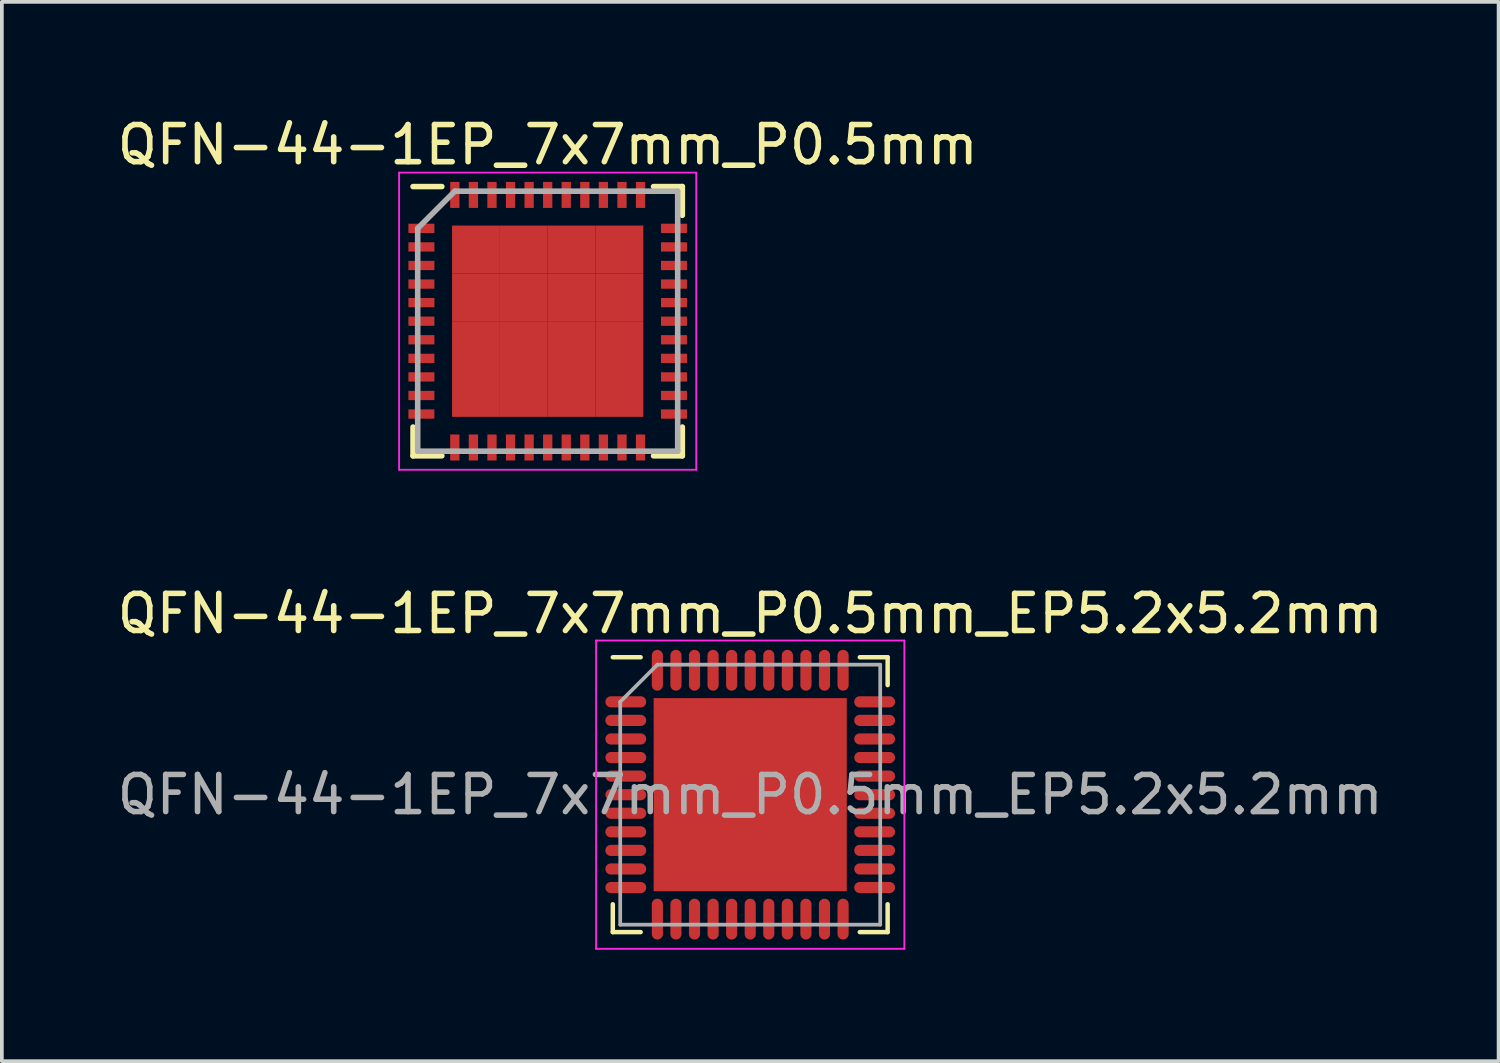
<source format=kicad_pcb>
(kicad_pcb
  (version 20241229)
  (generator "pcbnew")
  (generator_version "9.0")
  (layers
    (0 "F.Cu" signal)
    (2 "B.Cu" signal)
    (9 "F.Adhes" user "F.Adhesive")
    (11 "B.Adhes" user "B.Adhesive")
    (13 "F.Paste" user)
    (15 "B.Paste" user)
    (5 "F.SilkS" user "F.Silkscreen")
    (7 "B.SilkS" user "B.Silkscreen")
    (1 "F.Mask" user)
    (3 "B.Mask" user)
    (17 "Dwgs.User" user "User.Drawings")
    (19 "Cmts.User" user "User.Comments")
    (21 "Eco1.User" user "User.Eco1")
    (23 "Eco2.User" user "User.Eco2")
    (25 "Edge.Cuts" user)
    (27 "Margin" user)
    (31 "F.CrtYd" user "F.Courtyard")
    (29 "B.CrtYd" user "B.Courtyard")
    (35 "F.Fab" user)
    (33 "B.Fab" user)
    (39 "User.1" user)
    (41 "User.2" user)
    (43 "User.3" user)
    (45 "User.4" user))
  (footprint "QFN-44-1EP_7x7mm_P0.5mm_EP5.2x5.2mm"
    (layer "F.Cu")
    (at 17.149 18.346)
    (property "Reference" "QFN-44-1EP_7x7mm_P0.5mm_EP5.2x5.2mm" (at 0 -4.875 0) (layer "F.SilkS") (effects (font (size 1 1) (thickness 0.15))))
    (attr smd)
    (fp_line (start -3.7 -3.7) (end -2.95 -3.7) (stroke (width 0.12) (type solid)) (layer "F.SilkS"))
    (fp_line (start -3.7 3.7) (end -3.7 2.95) (stroke (width 0.12) (type solid)) (layer "F.SilkS"))
    (fp_line (start -3.7 3.7) (end -2.95 3.7) (stroke (width 0.12) (type solid)) (layer "F.SilkS"))
    (fp_line (start 3.7 -3.7) (end 2.95 -3.7) (stroke (width 0.12) (type solid)) (layer "F.SilkS"))
    (fp_line (start 3.7 -3.7) (end 3.7 -2.95) (stroke (width 0.12) (type solid)) (layer "F.SilkS"))
    (fp_line (start 3.7 3.7) (end 2.95 3.7) (stroke (width 0.12) (type solid)) (layer "F.SilkS"))
    (fp_line (start 3.7 3.7) (end 3.7 2.95) (stroke (width 0.12) (type solid)) (layer "F.SilkS"))
    (fp_line (start -4.15 -4.15) (end -4.15 4.15) (stroke (width 0.05) (type solid)) (layer "F.CrtYd"))
    (fp_line (start -4.15 -4.15) (end 4.15 -4.15) (stroke (width 0.05) (type solid)) (layer "F.CrtYd"))
    (fp_line (start -4.15 4.15) (end 4.15 4.15) (stroke (width 0.05) (type solid)) (layer "F.CrtYd"))
    (fp_line (start 4.15 -4.15) (end 4.15 4.15) (stroke (width 0.05) (type solid)) (layer "F.CrtYd"))
    (fp_line (start -3.5 -2.5) (end -2.5 -3.5) (stroke (width 0.1) (type solid)) (layer "F.Fab"))
    (fp_line (start -3.5 3.5) (end -3.5 -2.5) (stroke (width 0.1) (type solid)) (layer "F.Fab"))
    (fp_line (start -2.5 -3.5) (end 3.5 -3.5) (stroke (width 0.1) (type solid)) (layer "F.Fab"))
    (fp_line (start 3.5 -3.5) (end 3.5 3.5) (stroke (width 0.1) (type solid)) (layer "F.Fab"))
    (fp_line (start 3.5 3.5) (end -3.5 3.5) (stroke (width 0.1) (type solid)) (layer "F.Fab"))
    (fp_text user "${REFERENCE}" (at 0 0 0) (layer "F.Fab") (effects (font (size 1 1) (thickness 0.15))))
    (pad "" smd rect (at -2.06 -2.06) (size 0.83 0.83) (layers "F.Paste"))
    (pad "" smd rect (at -2.06 -1.03) (size 0.83 0.83) (layers "F.Paste"))
    (pad "" smd rect (at -2.06 0) (size 0.83 0.83) (layers "F.Paste"))
    (pad "" smd rect (at -2.06 1.03) (size 0.83 0.83) (layers "F.Paste"))
    (pad "" smd rect (at -2.06 2.06) (size 0.83 0.83) (layers "F.Paste"))
    (pad "" smd rect (at -1.03 -2.06) (size 0.83 0.83) (layers "F.Paste"))
    (pad "" smd rect (at -1.03 -1.03) (size 0.83 0.83) (layers "F.Paste"))
    (pad "" smd rect (at -1.03 0) (size 0.83 0.83) (layers "F.Paste"))
    (pad "" smd rect (at -1.03 1.03) (size 0.83 0.83) (layers "F.Paste"))
    (pad "" smd rect (at -1.03 2.06) (size 0.83 0.83) (layers "F.Paste"))
    (pad "" smd rect (at 0 -2.06) (size 0.83 0.83) (layers "F.Paste"))
    (pad "" smd rect (at 0 -1.03) (size 0.83 0.83) (layers "F.Paste"))
    (pad "" smd rect (at 0 0) (size 0.83 0.83) (layers "F.Paste"))
    (pad "" smd rect (at 0 1.03) (size 0.83 0.83) (layers "F.Paste"))
    (pad "" smd rect (at 0 2.06) (size 0.83 0.83) (layers "F.Paste"))
    (pad "" smd rect (at 1.03 -2.06) (size 0.83 0.83) (layers "F.Paste"))
    (pad "" smd rect (at 1.03 -1.03) (size 0.83 0.83) (layers "F.Paste"))
    (pad "" smd rect (at 1.03 0) (size 0.83 0.83) (layers "F.Paste"))
    (pad "" smd rect (at 1.03 1.03) (size 0.83 0.83) (layers "F.Paste"))
    (pad "" smd rect (at 1.03 2.06) (size 0.83 0.83) (layers "F.Paste"))
    (pad "" smd rect (at 2.06 -2.06) (size 0.83 0.83) (layers "F.Paste"))
    (pad "" smd rect (at 2.06 -1.03) (size 0.83 0.83) (layers "F.Paste"))
    (pad "" smd rect (at 2.06 0) (size 0.83 0.83) (layers "F.Paste"))
    (pad "" smd rect (at 2.06 1.03) (size 0.83 0.83) (layers "F.Paste"))
    (pad "" smd rect (at 2.06 2.06) (size 0.83 0.83) (layers "F.Paste"))
    (pad "1" smd oval (at -3.35 -2.5) (size 1.1 0.3) (layers "F.Cu" "F.Mask" "F.Paste"))
    (pad "2" smd oval (at -3.35 -2) (size 1.1 0.3) (layers "F.Cu" "F.Mask" "F.Paste"))
    (pad "3" smd oval (at -3.35 -1.5) (size 1.1 0.3) (layers "F.Cu" "F.Mask" "F.Paste"))
    (pad "4" smd oval (at -3.35 -1) (size 1.1 0.3) (layers "F.Cu" "F.Mask" "F.Paste"))
    (pad "5" smd oval (at -3.35 -0.5) (size 1.1 0.3) (layers "F.Cu" "F.Mask" "F.Paste"))
    (pad "6" smd oval (at -3.35 0) (size 1.1 0.3) (layers "F.Cu" "F.Mask" "F.Paste"))
    (pad "7" smd oval (at -3.35 0.5) (size 1.1 0.3) (layers "F.Cu" "F.Mask" "F.Paste"))
    (pad "8" smd oval (at -3.35 1) (size 1.1 0.3) (layers "F.Cu" "F.Mask" "F.Paste"))
    (pad "9" smd oval (at -3.35 1.5) (size 1.1 0.3) (layers "F.Cu" "F.Mask" "F.Paste"))
    (pad "10" smd oval (at -3.35 2) (size 1.1 0.3) (layers "F.Cu" "F.Mask" "F.Paste"))
    (pad "11" smd oval (at -3.35 2.5) (size 1.1 0.3) (layers "F.Cu" "F.Mask" "F.Paste"))
    (pad "12" smd oval (at -2.5 3.35 90) (size 1.1 0.3) (layers "F.Cu" "F.Mask" "F.Paste"))
    (pad "13" smd oval (at -2 3.35 90) (size 1.1 0.3) (layers "F.Cu" "F.Mask" "F.Paste"))
    (pad "14" smd oval (at -1.5 3.35 90) (size 1.1 0.3) (layers "F.Cu" "F.Mask" "F.Paste"))
    (pad "15" smd oval (at -1 3.35 90) (size 1.1 0.3) (layers "F.Cu" "F.Mask" "F.Paste"))
    (pad "16" smd oval (at -0.5 3.35 90) (size 1.1 0.3) (layers "F.Cu" "F.Mask" "F.Paste"))
    (pad "17" smd oval (at 0 3.35 90) (size 1.1 0.3) (layers "F.Cu" "F.Mask" "F.Paste"))
    (pad "18" smd oval (at 0.5 3.35 90) (size 1.1 0.3) (layers "F.Cu" "F.Mask" "F.Paste"))
    (pad "19" smd oval (at 1 3.35 90) (size 1.1 0.3) (layers "F.Cu" "F.Mask" "F.Paste"))
    (pad "20" smd oval (at 1.5 3.35 90) (size 1.1 0.3) (layers "F.Cu" "F.Mask" "F.Paste"))
    (pad "21" smd oval (at 2 3.35 90) (size 1.1 0.3) (layers "F.Cu" "F.Mask" "F.Paste"))
    (pad "22" smd oval (at 2.5 3.35 90) (size 1.1 0.3) (layers "F.Cu" "F.Mask" "F.Paste"))
    (pad "23" smd oval (at 3.35 2.5) (size 1.1 0.3) (layers "F.Cu" "F.Mask" "F.Paste"))
    (pad "24" smd oval (at 3.35 2) (size 1.1 0.3) (layers "F.Cu" "F.Mask" "F.Paste"))
    (pad "25" smd oval (at 3.35 1.5) (size 1.1 0.3) (layers "F.Cu" "F.Mask" "F.Paste"))
    (pad "26" smd oval (at 3.35 1) (size 1.1 0.3) (layers "F.Cu" "F.Mask" "F.Paste"))
    (pad "27" smd oval (at 3.35 0.5) (size 1.1 0.3) (layers "F.Cu" "F.Mask" "F.Paste"))
    (pad "28" smd oval (at 3.35 0) (size 1.1 0.3) (layers "F.Cu" "F.Mask" "F.Paste"))
    (pad "29" smd oval (at 3.35 -0.5) (size 1.1 0.3) (layers "F.Cu" "F.Mask" "F.Paste"))
    (pad "30" smd oval (at 3.35 -1) (size 1.1 0.3) (layers "F.Cu" "F.Mask" "F.Paste"))
    (pad "31" smd oval (at 3.35 -1.5) (size 1.1 0.3) (layers "F.Cu" "F.Mask" "F.Paste"))
    (pad "32" smd oval (at 3.35 -2) (size 1.1 0.3) (layers "F.Cu" "F.Mask" "F.Paste"))
    (pad "33" smd oval (at 3.35 -2.5) (size 1.1 0.3) (layers "F.Cu" "F.Mask" "F.Paste"))
    (pad "34" smd oval (at 2.5 -3.35 90) (size 1.1 0.3) (layers "F.Cu" "F.Mask" "F.Paste"))
    (pad "35" smd oval (at 2 -3.35 90) (size 1.1 0.3) (layers "F.Cu" "F.Mask" "F.Paste"))
    (pad "36" smd oval (at 1.5 -3.35 90) (size 1.1 0.3) (layers "F.Cu" "F.Mask" "F.Paste"))
    (pad "37" smd oval (at 1 -3.35 90) (size 1.1 0.3) (layers "F.Cu" "F.Mask" "F.Paste"))
    (pad "38" smd oval (at 0.5 -3.35 90) (size 1.1 0.3) (layers "F.Cu" "F.Mask" "F.Paste"))
    (pad "39" smd oval (at 0 -3.35 90) (size 1.1 0.3) (layers "F.Cu" "F.Mask" "F.Paste"))
    (pad "40" smd oval (at -0.5 -3.35 90) (size 1.1 0.3) (layers "F.Cu" "F.Mask" "F.Paste"))
    (pad "41" smd oval (at -1 -3.35 90) (size 1.1 0.3) (layers "F.Cu" "F.Mask" "F.Paste"))
    (pad "42" smd oval (at -1.5 -3.35 90) (size 1.1 0.3) (layers "F.Cu" "F.Mask" "F.Paste"))
    (pad "43" smd oval (at -2 -3.35 90) (size 1.1 0.3) (layers "F.Cu" "F.Mask" "F.Paste"))
    (pad "44" smd oval (at -2.5 -3.35 90) (size 1.1 0.3) (layers "F.Cu" "F.Mask" "F.Paste"))
    (pad "45" smd rect (at 0 0) (size 5.2 5.2) (layers "F.Cu" "F.Mask")))
  (footprint "QFN-44-1EP_7x7mm_P0.5mm"
    (layer "F.Cu")
    (at 11.696 5.598)
    (property "Reference" "QFN-44-1EP_7x7mm_P0.5mm" (at 0 -4.75 0) (layer "F.SilkS") (effects (font (size 1 1) (thickness 0.15))))
    (attr smd)
    (fp_line (start -3.625 -3.625) (end -2.85 -3.625) (stroke (width 0.15) (type solid)) (layer "F.SilkS"))
    (fp_line (start -3.625 3.625) (end -3.625 2.85) (stroke (width 0.15) (type solid)) (layer "F.SilkS"))
    (fp_line (start -3.625 3.625) (end -2.85 3.625) (stroke (width 0.15) (type solid)) (layer "F.SilkS"))
    (fp_line (start 3.625 -3.625) (end 2.85 -3.625) (stroke (width 0.15) (type solid)) (layer "F.SilkS"))
    (fp_line (start 3.625 -3.625) (end 3.625 -2.85) (stroke (width 0.15) (type solid)) (layer "F.SilkS"))
    (fp_line (start 3.625 3.625) (end 2.85 3.625) (stroke (width 0.15) (type solid)) (layer "F.SilkS"))
    (fp_line (start 3.625 3.625) (end 3.625 2.85) (stroke (width 0.15) (type solid)) (layer "F.SilkS"))
    (fp_line (start -4 -4) (end -4 4) (stroke (width 0.05) (type solid)) (layer "F.CrtYd"))
    (fp_line (start -4 -4) (end 4 -4) (stroke (width 0.05) (type solid)) (layer "F.CrtYd"))
    (fp_line (start -4 4) (end 4 4) (stroke (width 0.05) (type solid)) (layer "F.CrtYd"))
    (fp_line (start 4 -4) (end 4 4) (stroke (width 0.05) (type solid)) (layer "F.CrtYd"))
    (fp_line (start -3.5 -2.5) (end -2.5 -3.5) (stroke (width 0.15) (type solid)) (layer "F.Fab"))
    (fp_line (start -3.5 3.5) (end -3.5 -2.5) (stroke (width 0.15) (type solid)) (layer "F.Fab"))
    (fp_line (start -2.5 -3.5) (end 3.5 -3.5) (stroke (width 0.15) (type solid)) (layer "F.Fab"))
    (fp_line (start 3.5 -3.5) (end 3.5 3.5) (stroke (width 0.15) (type solid)) (layer "F.Fab"))
    (fp_line (start 3.5 3.5) (end -3.5 3.5) (stroke (width 0.15) (type solid)) (layer "F.Fab"))
    (pad "1" smd rect (at -3.4 -2.5) (size 0.7 0.25) (layers "F.Cu" "F.Mask" "F.Paste"))
    (pad "2" smd rect (at -3.4 -2) (size 0.7 0.25) (layers "F.Cu" "F.Mask" "F.Paste"))
    (pad "3" smd rect (at -3.4 -1.5) (size 0.7 0.25) (layers "F.Cu" "F.Mask" "F.Paste"))
    (pad "4" smd rect (at -3.4 -1) (size 0.7 0.25) (layers "F.Cu" "F.Mask" "F.Paste"))
    (pad "5" smd rect (at -3.4 -0.5) (size 0.7 0.25) (layers "F.Cu" "F.Mask" "F.Paste"))
    (pad "6" smd rect (at -3.4 0) (size 0.7 0.25) (layers "F.Cu" "F.Mask" "F.Paste"))
    (pad "7" smd rect (at -3.4 0.5) (size 0.7 0.25) (layers "F.Cu" "F.Mask" "F.Paste"))
    (pad "8" smd rect (at -3.4 1) (size 0.7 0.25) (layers "F.Cu" "F.Mask" "F.Paste"))
    (pad "9" smd rect (at -3.4 1.5) (size 0.7 0.25) (layers "F.Cu" "F.Mask" "F.Paste"))
    (pad "10" smd rect (at -3.4 2) (size 0.7 0.25) (layers "F.Cu" "F.Mask" "F.Paste"))
    (pad "11" smd rect (at -3.4 2.5) (size 0.7 0.25) (layers "F.Cu" "F.Mask" "F.Paste"))
    (pad "12" smd rect (at -2.5 3.4 90) (size 0.7 0.25) (layers "F.Cu" "F.Mask" "F.Paste"))
    (pad "13" smd rect (at -2 3.4 90) (size 0.7 0.25) (layers "F.Cu" "F.Mask" "F.Paste"))
    (pad "14" smd rect (at -1.5 3.4 90) (size 0.7 0.25) (layers "F.Cu" "F.Mask" "F.Paste"))
    (pad "15" smd rect (at -1 3.4 90) (size 0.7 0.25) (layers "F.Cu" "F.Mask" "F.Paste"))
    (pad "16" smd rect (at -0.5 3.4 90) (size 0.7 0.25) (layers "F.Cu" "F.Mask" "F.Paste"))
    (pad "17" smd rect (at 0 3.4 90) (size 0.7 0.25) (layers "F.Cu" "F.Mask" "F.Paste"))
    (pad "18" smd rect (at 0.5 3.4 90) (size 0.7 0.25) (layers "F.Cu" "F.Mask" "F.Paste"))
    (pad "19" smd rect (at 1 3.4 90) (size 0.7 0.25) (layers "F.Cu" "F.Mask" "F.Paste"))
    (pad "20" smd rect (at 1.5 3.4 90) (size 0.7 0.25) (layers "F.Cu" "F.Mask" "F.Paste"))
    (pad "21" smd rect (at 2 3.4 90) (size 0.7 0.25) (layers "F.Cu" "F.Mask" "F.Paste"))
    (pad "22" smd rect (at 2.5 3.4 90) (size 0.7 0.25) (layers "F.Cu" "F.Mask" "F.Paste"))
    (pad "23" smd rect (at 3.4 2.5) (size 0.7 0.25) (layers "F.Cu" "F.Mask" "F.Paste"))
    (pad "24" smd rect (at 3.4 2) (size 0.7 0.25) (layers "F.Cu" "F.Mask" "F.Paste"))
    (pad "25" smd rect (at 3.4 1.5) (size 0.7 0.25) (layers "F.Cu" "F.Mask" "F.Paste"))
    (pad "26" smd rect (at 3.4 1) (size 0.7 0.25) (layers "F.Cu" "F.Mask" "F.Paste"))
    (pad "27" smd rect (at 3.4 0.5) (size 0.7 0.25) (layers "F.Cu" "F.Mask" "F.Paste"))
    (pad "28" smd rect (at 3.4 0) (size 0.7 0.25) (layers "F.Cu" "F.Mask" "F.Paste"))
    (pad "29" smd rect (at 3.4 -0.5) (size 0.7 0.25) (layers "F.Cu" "F.Mask" "F.Paste"))
    (pad "30" smd rect (at 3.4 -1) (size 0.7 0.25) (layers "F.Cu" "F.Mask" "F.Paste"))
    (pad "31" smd rect (at 3.4 -1.5) (size 0.7 0.25) (layers "F.Cu" "F.Mask" "F.Paste"))
    (pad "32" smd rect (at 3.4 -2) (size 0.7 0.25) (layers "F.Cu" "F.Mask" "F.Paste"))
    (pad "33" smd rect (at 3.4 -2.5) (size 0.7 0.25) (layers "F.Cu" "F.Mask" "F.Paste"))
    (pad "34" smd rect (at 2.5 -3.4 90) (size 0.7 0.25) (layers "F.Cu" "F.Mask" "F.Paste"))
    (pad "35" smd rect (at 2 -3.4 90) (size 0.7 0.25) (layers "F.Cu" "F.Mask" "F.Paste"))
    (pad "36" smd rect (at 1.5 -3.4 90) (size 0.7 0.25) (layers "F.Cu" "F.Mask" "F.Paste"))
    (pad "37" smd rect (at 1 -3.4 90) (size 0.7 0.25) (layers "F.Cu" "F.Mask" "F.Paste"))
    (pad "38" smd rect (at 0.5 -3.4 90) (size 0.7 0.25) (layers "F.Cu" "F.Mask" "F.Paste"))
    (pad "39" smd rect (at 0 -3.4 90) (size 0.7 0.25) (layers "F.Cu" "F.Mask" "F.Paste"))
    (pad "40" smd rect (at -0.5 -3.4 90) (size 0.7 0.25) (layers "F.Cu" "F.Mask" "F.Paste"))
    (pad "41" smd rect (at -1 -3.4 90) (size 0.7 0.25) (layers "F.Cu" "F.Mask" "F.Paste"))
    (pad "42" smd rect (at -1.5 -3.4 90) (size 0.7 0.25) (layers "F.Cu" "F.Mask" "F.Paste"))
    (pad "43" smd rect (at -2 -3.4 90) (size 0.7 0.25) (layers "F.Cu" "F.Mask" "F.Paste"))
    (pad "44" smd rect (at -2.5 -3.4 90) (size 0.7 0.25) (layers "F.Cu" "F.Mask" "F.Paste"))
    (pad "45" smd rect (at -1.931 -1.931) (size 1.288 1.288) (layers "F.Cu" "F.Mask" "F.Paste"))
    (pad "45" smd rect (at -1.931 -0.644) (size 1.288 1.288) (layers "F.Cu" "F.Mask" "F.Paste"))
    (pad "45" smd rect (at -1.931 0.644) (size 1.288 1.288) (layers "F.Cu" "F.Mask" "F.Paste"))
    (pad "45" smd rect (at -1.931 1.931) (size 1.288 1.288) (layers "F.Cu" "F.Mask" "F.Paste"))
    (pad "45" smd rect (at -0.644 -1.931) (size 1.288 1.288) (layers "F.Cu" "F.Mask" "F.Paste"))
    (pad "45" smd rect (at -0.644 -0.644) (size 1.288 1.288) (layers "F.Cu" "F.Mask" "F.Paste"))
    (pad "45" smd rect (at -0.644 0.644) (size 1.288 1.288) (layers "F.Cu" "F.Mask" "F.Paste"))
    (pad "45" smd rect (at -0.644 1.931) (size 1.288 1.288) (layers "F.Cu" "F.Mask" "F.Paste"))
    (pad "45" smd rect (at 0.644 -1.931) (size 1.288 1.288) (layers "F.Cu" "F.Mask" "F.Paste"))
    (pad "45" smd rect (at 0.644 -0.644) (size 1.288 1.288) (layers "F.Cu" "F.Mask" "F.Paste"))
    (pad "45" smd rect (at 0.644 0.644) (size 1.288 1.288) (layers "F.Cu" "F.Mask" "F.Paste"))
    (pad "45" smd rect (at 0.644 1.931) (size 1.288 1.288) (layers "F.Cu" "F.Mask" "F.Paste"))
    (pad "45" smd rect (at 1.931 -1.931) (size 1.288 1.288) (layers "F.Cu" "F.Mask" "F.Paste"))
    (pad "45" smd rect (at 1.931 -0.644) (size 1.288 1.288) (layers "F.Cu" "F.Mask" "F.Paste"))
    (pad "45" smd rect (at 1.931 0.644) (size 1.288 1.288) (layers "F.Cu" "F.Mask" "F.Paste"))
    (pad "45" smd rect (at 1.931 1.931) (size 1.288 1.288) (layers "F.Cu" "F.Mask" "F.Paste")))
  (gr_rect
    (start -3 -3)
    (end 37.298 25.521)
    (stroke (width 0.1) (type default))
    (fill no)
    (layer "Edge.Cuts")))
</source>
